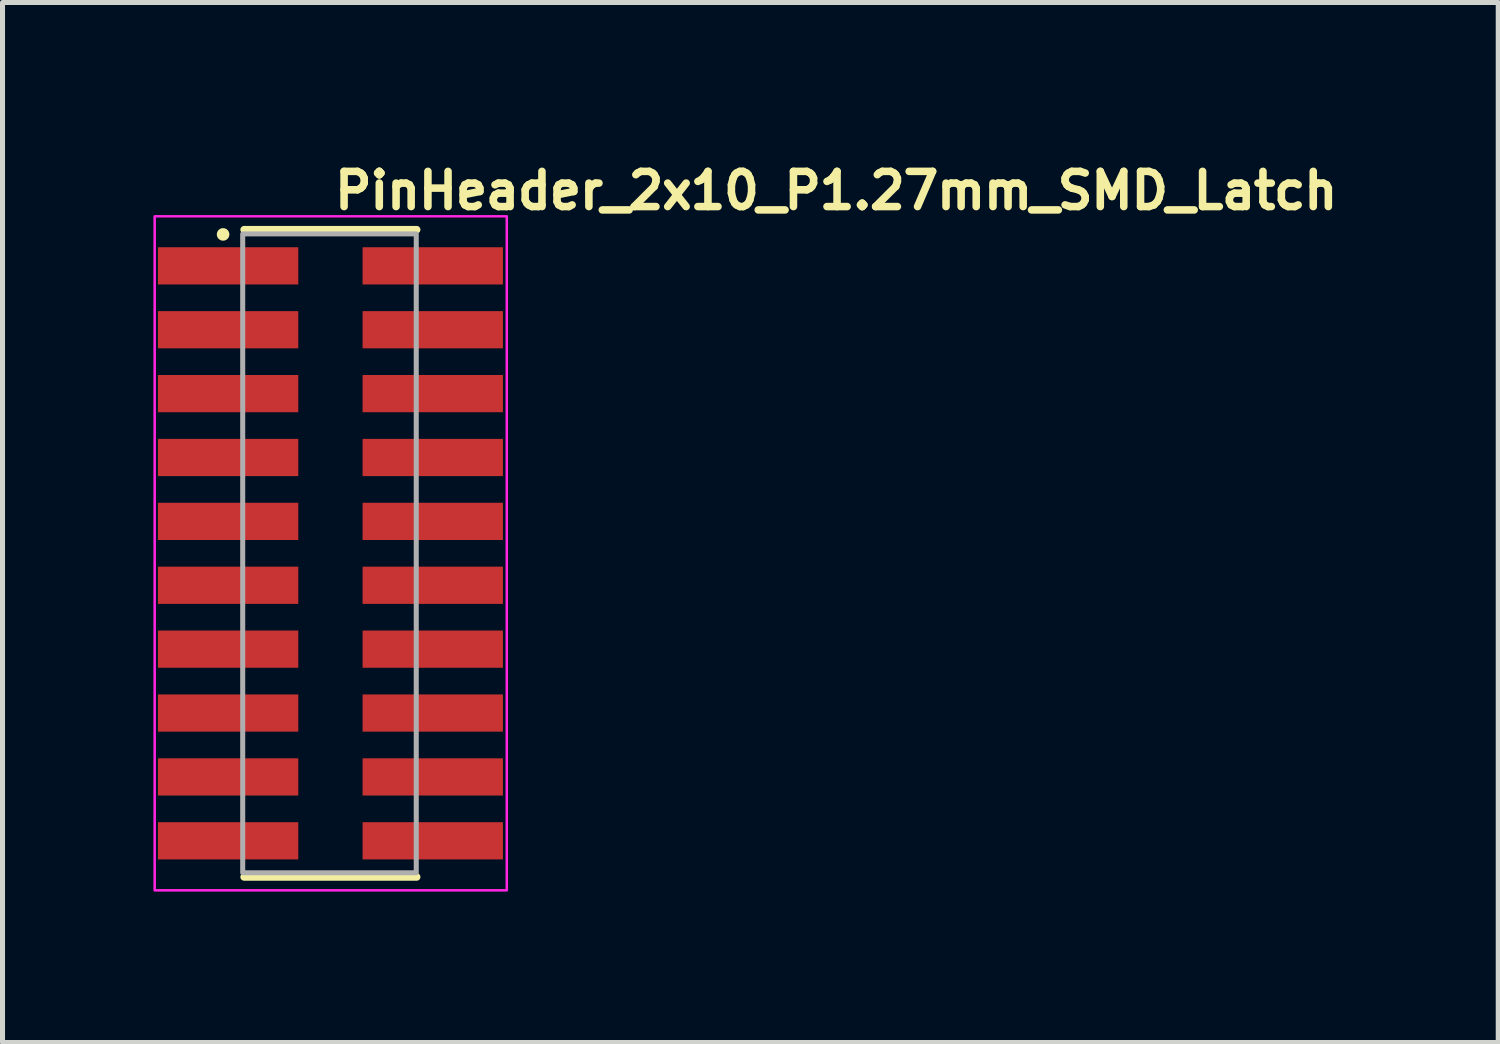
<source format=kicad_pcb>
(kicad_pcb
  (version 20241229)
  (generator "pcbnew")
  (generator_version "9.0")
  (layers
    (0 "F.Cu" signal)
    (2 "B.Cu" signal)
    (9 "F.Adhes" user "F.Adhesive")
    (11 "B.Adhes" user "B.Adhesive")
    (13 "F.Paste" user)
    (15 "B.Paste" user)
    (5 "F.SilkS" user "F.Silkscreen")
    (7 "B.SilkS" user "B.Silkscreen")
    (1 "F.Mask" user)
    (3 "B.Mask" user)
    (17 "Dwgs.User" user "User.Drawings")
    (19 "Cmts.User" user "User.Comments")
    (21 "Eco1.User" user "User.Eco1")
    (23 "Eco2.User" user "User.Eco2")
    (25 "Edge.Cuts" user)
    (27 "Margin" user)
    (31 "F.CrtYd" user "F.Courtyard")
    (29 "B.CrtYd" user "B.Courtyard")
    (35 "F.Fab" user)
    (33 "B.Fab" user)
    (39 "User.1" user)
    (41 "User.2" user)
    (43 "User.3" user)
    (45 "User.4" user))
  (footprint "PinHeader_2x10_P1.27mm_SMD_Latch"
    (layer "F.Cu")
    (at 3.525 7.95)
    (property "Reference" "PinHeader_2x10_P1.27mm_SMD_Latch" (at 0 -6.8 0) (unlocked yes) (layer "F.SilkS") (effects (font (size 0.7 0.7) (thickness 0.15)) (justify left bottom)))
    (attr smd)
    (fp_line (start -1.722 -6.434) (end 1.708 -6.434) (stroke (width 0.15) (type solid)) (layer "F.SilkS"))
    (fp_line (start -1.722 6.434) (end 1.708 6.434) (stroke (width 0.15) (type solid)) (layer "F.SilkS"))
    (fp_circle (center -2.14 -6.34) (end -2.14 -6.29) (stroke (width 0.15) (type solid)) (fill yes) (layer "F.SilkS"))
    (fp_rect (start 3.5 -6.7) (end -3.5 6.7) (stroke (width 0.05) (type solid)) (fill no) (layer "F.CrtYd"))
    (fp_rect (start 1.7 -6.35) (end -1.75 6.35) (stroke (width 0.1) (type solid)) (fill no) (layer "F.Fab"))
    (fp_rect (start 2.92 -6.349) (end -2.919 6.349) (stroke (width 0.1) (type solid)) (fill no) (layer "User.5"))
    (fp_line (start -2.919 -5.918) (end -1.713 -5.918) (stroke (width 0.02) (type solid)) (layer "User.9"))
    (fp_line (start -2.919 -5.511) (end -2.919 -5.918) (stroke (width 0.02) (type solid)) (layer "User.9"))
    (fp_line (start -2.919 -4.648) (end -1.713 -4.648) (stroke (width 0.02) (type solid)) (layer "User.9"))
    (fp_line (start -2.919 -4.241) (end -2.919 -4.648) (stroke (width 0.02) (type solid)) (layer "User.9"))
    (fp_line (start -2.919 -3.378) (end -1.713 -3.378) (stroke (width 0.02) (type solid)) (layer "User.9"))
    (fp_line (start -2.919 -2.971) (end -2.919 -3.378) (stroke (width 0.02) (type solid)) (layer "User.9"))
    (fp_line (start -2.919 2.539) (end -2.919 -2.54) (stroke (width 0.02) (type solid)) (layer "User.9"))
    (fp_line (start -2.919 2.97) (end -1.713 2.97) (stroke (width 0.02) (type solid)) (layer "User.9"))
    (fp_line (start -2.919 3.377) (end -2.919 2.97) (stroke (width 0.02) (type solid)) (layer "User.9"))
    (fp_line (start -2.919 4.241) (end -1.713 4.241) (stroke (width 0.02) (type solid)) (layer "User.9"))
    (fp_line (start -2.919 4.648) (end -2.919 4.241) (stroke (width 0.02) (type solid)) (layer "User.9"))
    (fp_line (start -2.919 5.511) (end -1.713 5.511) (stroke (width 0.02) (type solid)) (layer "User.9"))
    (fp_line (start -2.919 5.918) (end -2.919 5.511) (stroke (width 0.02) (type solid)) (layer "User.9"))
    (fp_line (start -2.919 5.918) (end -1.713 5.918) (stroke (width 0.02) (type solid)) (layer "User.9"))
    (fp_line (start -1.713 -6.349) (end -1.713 -2.54) (stroke (width 0.02) (type solid)) (layer "User.9"))
    (fp_line (start -1.713 -5.511) (end -2.919 -5.511) (stroke (width 0.02) (type solid)) (layer "User.9"))
    (fp_line (start -1.713 -4.241) (end -2.919 -4.241) (stroke (width 0.02) (type solid)) (layer "User.9"))
    (fp_line (start -1.713 -2.971) (end -2.919 -2.971) (stroke (width 0.02) (type solid)) (layer "User.9"))
    (fp_line (start -1.713 2.539) (end -1.713 6.349) (stroke (width 0.02) (type solid)) (layer "User.9"))
    (fp_line (start -1.713 3.377) (end -2.919 3.377) (stroke (width 0.02) (type solid)) (layer "User.9"))
    (fp_line (start -1.713 4.648) (end -2.919 4.648) (stroke (width 0.02) (type solid)) (layer "User.9"))
    (fp_line (start -1.713 6.349) (end 1.715 6.349) (stroke (width 0.02) (type solid)) (layer "User.9"))
    (fp_line (start -0.849 -5.918) (end -0.849 -5.511) (stroke (width 0.02) (type solid)) (layer "User.9"))
    (fp_line (start -0.849 -5.918) (end -0.837 -5.918) (stroke (width 0.02) (type solid)) (layer "User.9"))
    (fp_line (start -0.849 -5.511) (end -0.837 -5.511) (stroke (width 0.02) (type solid)) (layer "User.9"))
    (fp_line (start -0.849 -4.648) (end -0.849 -4.241) (stroke (width 0.02) (type solid)) (layer "User.9"))
    (fp_line (start -0.849 -4.241) (end -0.837 -4.241) (stroke (width 0.02) (type solid)) (layer "User.9"))
    (fp_line (start -0.849 -3.378) (end -0.849 -2.971) (stroke (width 0.02) (type solid)) (layer "User.9"))
    (fp_line (start -0.849 -2.971) (end -0.837 -2.971) (stroke (width 0.02) (type solid)) (layer "User.9"))
    (fp_line (start -0.849 2.97) (end -0.849 3.377) (stroke (width 0.02) (type solid)) (layer "User.9"))
    (fp_line (start -0.849 3.377) (end -0.837 3.377) (stroke (width 0.02) (type solid)) (layer "User.9"))
    (fp_line (start -0.849 4.241) (end -0.849 4.648) (stroke (width 0.02) (type solid)) (layer "User.9"))
    (fp_line (start -0.849 4.648) (end -0.837 4.648) (stroke (width 0.02) (type solid)) (layer "User.9"))
    (fp_line (start -0.849 5.511) (end -0.849 5.918) (stroke (width 0.02) (type solid)) (layer "User.9"))
    (fp_line (start -0.849 5.918) (end -0.837 5.918) (stroke (width 0.02) (type solid)) (layer "User.9"))
    (fp_line (start -0.849 5.918) (end -0.837 5.918) (stroke (width 0.02) (type solid)) (layer "User.9"))
    (fp_line (start -0.837 -5.918) (end -0.849 -5.918) (stroke (width 0.02) (type solid)) (layer "User.9"))
    (fp_line (start -0.837 -5.918) (end -0.706 -5.785) (stroke (width 0.02) (type solid)) (layer "User.9"))
    (fp_line (start -0.837 -5.918) (end -0.431 -5.918) (stroke (width 0.02) (type solid)) (layer "User.9"))
    (fp_line (start -0.837 -5.511) (end -0.837 -5.918) (stroke (width 0.02) (type solid)) (layer "User.9"))
    (fp_line (start -0.837 -5.511) (end -0.431 -5.511) (stroke (width 0.02) (type solid)) (layer "User.9"))
    (fp_line (start -0.837 -4.648) (end -0.849 -4.648) (stroke (width 0.02) (type solid)) (layer "User.9"))
    (fp_line (start -0.837 -4.648) (end -0.706 -4.516) (stroke (width 0.02) (type solid)) (layer "User.9"))
    (fp_line (start -0.837 -4.648) (end -0.431 -4.648) (stroke (width 0.02) (type solid)) (layer "User.9"))
    (fp_line (start -0.837 -4.241) (end -0.837 -4.648) (stroke (width 0.02) (type solid)) (layer "User.9"))
    (fp_line (start -0.837 -4.241) (end -0.431 -4.241) (stroke (width 0.02) (type solid)) (layer "User.9"))
    (fp_line (start -0.837 -3.378) (end -0.849 -3.378) (stroke (width 0.02) (type solid)) (layer "User.9"))
    (fp_line (start -0.837 -3.378) (end -0.706 -3.246) (stroke (width 0.02) (type solid)) (layer "User.9"))
    (fp_line (start -0.837 -3.378) (end -0.431 -3.378) (stroke (width 0.02) (type solid)) (layer "User.9"))
    (fp_line (start -0.837 -2.971) (end -0.837 -3.378) (stroke (width 0.02) (type solid)) (layer "User.9"))
    (fp_line (start -0.837 -2.971) (end -0.431 -2.971) (stroke (width 0.02) (type solid)) (layer "User.9"))
    (fp_line (start -0.837 2.97) (end -0.849 2.97) (stroke (width 0.02) (type solid)) (layer "User.9"))
    (fp_line (start -0.837 2.97) (end -0.706 3.102) (stroke (width 0.02) (type solid)) (layer "User.9"))
    (fp_line (start -0.837 2.97) (end -0.431 2.97) (stroke (width 0.02) (type solid)) (layer "User.9"))
    (fp_line (start -0.837 3.377) (end -0.837 2.97) (stroke (width 0.02) (type solid)) (layer "User.9"))
    (fp_line (start -0.837 3.377) (end -0.431 3.377) (stroke (width 0.02) (type solid)) (layer "User.9"))
    (fp_line (start -0.837 4.241) (end -0.849 4.241) (stroke (width 0.02) (type solid)) (layer "User.9"))
    (fp_line (start -0.837 4.241) (end -0.706 4.373) (stroke (width 0.02) (type solid)) (layer "User.9"))
    (fp_line (start -0.837 4.241) (end -0.431 4.241) (stroke (width 0.02) (type solid)) (layer "User.9"))
    (fp_line (start -0.837 4.648) (end -0.837 4.241) (stroke (width 0.02) (type solid)) (layer "User.9"))
    (fp_line (start -0.837 4.648) (end -0.431 4.648) (stroke (width 0.02) (type solid)) (layer "User.9"))
    (fp_line (start -0.837 5.511) (end -0.849 5.511) (stroke (width 0.02) (type solid)) (layer "User.9"))
    (fp_line (start -0.837 5.511) (end -0.706 5.643) (stroke (width 0.02) (type solid)) (layer "User.9"))
    (fp_line (start -0.837 5.511) (end -0.431 5.511) (stroke (width 0.02) (type solid)) (layer "User.9"))
    (fp_line (start -0.837 5.918) (end -0.837 5.511) (stroke (width 0.02) (type solid)) (layer "User.9"))
    (fp_line (start -0.837 5.918) (end -0.431 5.918) (stroke (width 0.02) (type solid)) (layer "User.9"))
    (fp_line (start -0.706 -5.785) (end -0.563 -5.785) (stroke (width 0.02) (type solid)) (layer "User.9"))
    (fp_line (start -0.706 -5.643) (end -0.837 -5.511) (stroke (width 0.02) (type solid)) (layer "User.9"))
    (fp_line (start -0.706 -5.643) (end -0.706 -5.785) (stroke (width 0.02) (type solid)) (layer "User.9"))
    (fp_line (start -0.706 -5.643) (end -0.563 -5.643) (stroke (width 0.02) (type solid)) (layer "User.9"))
    (fp_line (start -0.706 -4.516) (end -0.563 -4.516) (stroke (width 0.02) (type solid)) (layer "User.9"))
    (fp_line (start -0.706 -4.372) (end -0.837 -4.241) (stroke (width 0.02) (type solid)) (layer "User.9"))
    (fp_line (start -0.706 -4.372) (end -0.706 -4.516) (stroke (width 0.02) (type solid)) (layer "User.9"))
    (fp_line (start -0.706 -4.372) (end -0.563 -4.372) (stroke (width 0.02) (type solid)) (layer "User.9"))
    (fp_line (start -0.706 -3.246) (end -0.563 -3.246) (stroke (width 0.02) (type solid)) (layer "User.9"))
    (fp_line (start -0.706 -3.103) (end -0.837 -2.971) (stroke (width 0.02) (type solid)) (layer "User.9"))
    (fp_line (start -0.706 -3.103) (end -0.706 -3.246) (stroke (width 0.02) (type solid)) (layer "User.9"))
    (fp_line (start -0.706 -3.103) (end -0.563 -3.103) (stroke (width 0.02) (type solid)) (layer "User.9"))
    (fp_line (start -0.706 3.102) (end -0.563 3.102) (stroke (width 0.02) (type solid)) (layer "User.9"))
    (fp_line (start -0.706 3.246) (end -0.837 3.377) (stroke (width 0.02) (type solid)) (layer "User.9"))
    (fp_line (start -0.706 3.246) (end -0.706 3.102) (stroke (width 0.02) (type solid)) (layer "User.9"))
    (fp_line (start -0.706 3.246) (end -0.563 3.246) (stroke (width 0.02) (type solid)) (layer "User.9"))
    (fp_line (start -0.706 4.373) (end -0.563 4.373) (stroke (width 0.02) (type solid)) (layer "User.9"))
    (fp_line (start -0.706 4.516) (end -0.837 4.648) (stroke (width 0.02) (type solid)) (layer "User.9"))
    (fp_line (start -0.706 4.516) (end -0.706 4.373) (stroke (width 0.02) (type solid)) (layer "User.9"))
    (fp_line (start -0.706 4.516) (end -0.563 4.516) (stroke (width 0.02) (type solid)) (layer "User.9"))
    (fp_line (start -0.706 5.643) (end -0.563 5.643) (stroke (width 0.02) (type solid)) (layer "User.9"))
    (fp_line (start -0.706 5.786) (end -0.837 5.918) (stroke (width 0.02) (type solid)) (layer "User.9"))
    (fp_line (start -0.706 5.786) (end -0.706 5.643) (stroke (width 0.02) (type solid)) (layer "User.9"))
    (fp_line (start -0.706 5.786) (end -0.563 5.786) (stroke (width 0.02) (type solid)) (layer "User.9"))
    (fp_line (start -0.563 -5.785) (end -0.431 -5.918) (stroke (width 0.02) (type solid)) (layer "User.9"))
    (fp_line (start -0.563 -5.643) (end -0.563 -5.785) (stroke (width 0.02) (type solid)) (layer "User.9"))
    (fp_line (start -0.563 -4.516) (end -0.431 -4.648) (stroke (width 0.02) (type solid)) (layer "User.9"))
    (fp_line (start -0.563 -4.372) (end -0.563 -4.516) (stroke (width 0.02) (type solid)) (layer "User.9"))
    (fp_line (start -0.563 -3.246) (end -0.431 -3.378) (stroke (width 0.02) (type solid)) (layer "User.9"))
    (fp_line (start -0.563 -3.103) (end -0.563 -3.246) (stroke (width 0.02) (type solid)) (layer "User.9"))
    (fp_line (start -0.563 3.102) (end -0.431 2.97) (stroke (width 0.02) (type solid)) (layer "User.9"))
    (fp_line (start -0.563 3.246) (end -0.563 3.102) (stroke (width 0.02) (type solid)) (layer "User.9"))
    (fp_line (start -0.563 4.373) (end -0.431 4.241) (stroke (width 0.02) (type solid)) (layer "User.9"))
    (fp_line (start -0.563 4.516) (end -0.563 4.373) (stroke (width 0.02) (type solid)) (layer "User.9"))
    (fp_line (start -0.563 5.643) (end -0.431 5.511) (stroke (width 0.02) (type solid)) (layer "User.9"))
    (fp_line (start -0.563 5.786) (end -0.563 5.643) (stroke (width 0.02) (type solid)) (layer "User.9"))
    (fp_line (start -0.431 -5.511) (end -0.563 -5.643) (stroke (width 0.02) (type solid)) (layer "User.9"))
    (fp_line (start -0.431 -5.511) (end -0.431 -5.918) (stroke (width 0.02) (type solid)) (layer "User.9"))
    (fp_line (start -0.431 -4.241) (end -0.563 -4.372) (stroke (width 0.02) (type solid)) (layer "User.9"))
    (fp_line (start -0.431 -4.241) (end -0.431 -4.648) (stroke (width 0.02) (type solid)) (layer "User.9"))
    (fp_line (start -0.431 -2.971) (end -0.563 -3.103) (stroke (width 0.02) (type solid)) (layer "User.9"))
    (fp_line (start -0.431 -2.971) (end -0.431 -3.378) (stroke (width 0.02) (type solid)) (layer "User.9"))
    (fp_line (start -0.431 3.377) (end -0.563 3.246) (stroke (width 0.02) (type solid)) (layer "User.9"))
    (fp_line (start -0.431 3.377) (end -0.431 2.97) (stroke (width 0.02) (type solid)) (layer "User.9"))
    (fp_line (start -0.431 4.648) (end -0.563 4.516) (stroke (width 0.02) (type solid)) (layer "User.9"))
    (fp_line (start -0.431 4.648) (end -0.431 4.241) (stroke (width 0.02) (type solid)) (layer "User.9"))
    (fp_line (start -0.431 5.918) (end -0.563 5.786) (stroke (width 0.02) (type solid)) (layer "User.9"))
    (fp_line (start -0.431 5.918) (end -0.431 5.511) (stroke (width 0.02) (type solid)) (layer "User.9"))
    (fp_line (start 0.42 -5.918) (end 0.42 -5.511) (stroke (width 0.02) (type solid)) (layer "User.9"))
    (fp_line (start 0.42 -5.918) (end 0.432 -5.918) (stroke (width 0.02) (type solid)) (layer "User.9"))
    (fp_line (start 0.42 -5.511) (end 0.432 -5.511) (stroke (width 0.02) (type solid)) (layer "User.9"))
    (fp_line (start 0.42 -4.648) (end 0.42 -4.241) (stroke (width 0.02) (type solid)) (layer "User.9"))
    (fp_line (start 0.42 -4.241) (end 0.432 -4.241) (stroke (width 0.02) (type solid)) (layer "User.9"))
    (fp_line (start 0.42 -3.378) (end 0.42 -2.971) (stroke (width 0.02) (type solid)) (layer "User.9"))
    (fp_line (start 0.42 -2.971) (end 0.432 -2.971) (stroke (width 0.02) (type solid)) (layer "User.9"))
    (fp_line (start 0.42 2.97) (end 0.42 3.377) (stroke (width 0.02) (type solid)) (layer "User.9"))
    (fp_line (start 0.42 3.377) (end 0.432 3.377) (stroke (width 0.02) (type solid)) (layer "User.9"))
    (fp_line (start 0.42 4.241) (end 0.42 4.648) (stroke (width 0.02) (type solid)) (layer "User.9"))
    (fp_line (start 0.42 4.648) (end 0.432 4.648) (stroke (width 0.02) (type solid)) (layer "User.9"))
    (fp_line (start 0.42 5.511) (end 0.42 5.918) (stroke (width 0.02) (type solid)) (layer "User.9"))
    (fp_line (start 0.42 5.918) (end 0.432 5.918) (stroke (width 0.02) (type solid)) (layer "User.9"))
    (fp_line (start 0.42 5.918) (end 0.432 5.918) (stroke (width 0.02) (type solid)) (layer "User.9"))
    (fp_line (start 0.432 -5.918) (end 0.42 -5.918) (stroke (width 0.02) (type solid)) (layer "User.9"))
    (fp_line (start 0.432 -5.918) (end 0.563 -5.785) (stroke (width 0.02) (type solid)) (layer "User.9"))
    (fp_line (start 0.432 -5.918) (end 0.839 -5.918) (stroke (width 0.02) (type solid)) (layer "User.9"))
    (fp_line (start 0.432 -5.511) (end 0.432 -5.918) (stroke (width 0.02) (type solid)) (layer "User.9"))
    (fp_line (start 0.432 -5.511) (end 0.839 -5.511) (stroke (width 0.02) (type solid)) (layer "User.9"))
    (fp_line (start 0.432 -4.648) (end 0.42 -4.648) (stroke (width 0.02) (type solid)) (layer "User.9"))
    (fp_line (start 0.432 -4.648) (end 0.563 -4.516) (stroke (width 0.02) (type solid)) (layer "User.9"))
    (fp_line (start 0.432 -4.648) (end 0.839 -4.648) (stroke (width 0.02) (type solid)) (layer "User.9"))
    (fp_line (start 0.432 -4.241) (end 0.432 -4.648) (stroke (width 0.02) (type solid)) (layer "User.9"))
    (fp_line (start 0.432 -4.241) (end 0.839 -4.241) (stroke (width 0.02) (type solid)) (layer "User.9"))
    (fp_line (start 0.432 -3.378) (end 0.42 -3.378) (stroke (width 0.02) (type solid)) (layer "User.9"))
    (fp_line (start 0.432 -3.378) (end 0.563 -3.246) (stroke (width 0.02) (type solid)) (layer "User.9"))
    (fp_line (start 0.432 -3.378) (end 0.839 -3.378) (stroke (width 0.02) (type solid)) (layer "User.9"))
    (fp_line (start 0.432 -2.971) (end 0.432 -3.378) (stroke (width 0.02) (type solid)) (layer "User.9"))
    (fp_line (start 0.432 -2.971) (end 0.839 -2.971) (stroke (width 0.02) (type solid)) (layer "User.9"))
    (fp_line (start 0.432 2.97) (end 0.42 2.97) (stroke (width 0.02) (type solid)) (layer "User.9"))
    (fp_line (start 0.432 2.97) (end 0.563 3.102) (stroke (width 0.02) (type solid)) (layer "User.9"))
    (fp_line (start 0.432 2.97) (end 0.839 2.97) (stroke (width 0.02) (type solid)) (layer "User.9"))
    (fp_line (start 0.432 3.377) (end 0.432 2.97) (stroke (width 0.02) (type solid)) (layer "User.9"))
    (fp_line (start 0.432 3.377) (end 0.839 3.377) (stroke (width 0.02) (type solid)) (layer "User.9"))
    (fp_line (start 0.432 4.241) (end 0.42 4.241) (stroke (width 0.02) (type solid)) (layer "User.9"))
    (fp_line (start 0.432 4.241) (end 0.563 4.373) (stroke (width 0.02) (type solid)) (layer "User.9"))
    (fp_line (start 0.432 4.241) (end 0.839 4.241) (stroke (width 0.02) (type solid)) (layer "User.9"))
    (fp_line (start 0.432 4.648) (end 0.432 4.241) (stroke (width 0.02) (type solid)) (layer "User.9"))
    (fp_line (start 0.432 4.648) (end 0.839 4.648) (stroke (width 0.02) (type solid)) (layer "User.9"))
    (fp_line (start 0.432 5.511) (end 0.42 5.511) (stroke (width 0.02) (type solid)) (layer "User.9"))
    (fp_line (start 0.432 5.511) (end 0.563 5.643) (stroke (width 0.02) (type solid)) (layer "User.9"))
    (fp_line (start 0.432 5.511) (end 0.839 5.511) (stroke (width 0.02) (type solid)) (layer "User.9"))
    (fp_line (start 0.432 5.918) (end 0.432 5.511) (stroke (width 0.02) (type solid)) (layer "User.9"))
    (fp_line (start 0.432 5.918) (end 0.839 5.918) (stroke (width 0.02) (type solid)) (layer "User.9"))
    (fp_line (start 0.563 -5.785) (end 0.707 -5.785) (stroke (width 0.02) (type solid)) (layer "User.9"))
    (fp_line (start 0.563 -5.643) (end 0.432 -5.511) (stroke (width 0.02) (type solid)) (layer "User.9"))
    (fp_line (start 0.563 -5.643) (end 0.563 -5.785) (stroke (width 0.02) (type solid)) (layer "User.9"))
    (fp_line (start 0.563 -5.643) (end 0.707 -5.643) (stroke (width 0.02) (type solid)) (layer "User.9"))
    (fp_line (start 0.563 -4.516) (end 0.707 -4.516) (stroke (width 0.02) (type solid)) (layer "User.9"))
    (fp_line (start 0.563 -4.372) (end 0.432 -4.241) (stroke (width 0.02) (type solid)) (layer "User.9"))
    (fp_line (start 0.563 -4.372) (end 0.563 -4.516) (stroke (width 0.02) (type solid)) (layer "User.9"))
    (fp_line (start 0.563 -4.372) (end 0.707 -4.372) (stroke (width 0.02) (type solid)) (layer "User.9"))
    (fp_line (start 0.563 -3.246) (end 0.707 -3.246) (stroke (width 0.02) (type solid)) (layer "User.9"))
    (fp_line (start 0.563 -3.103) (end 0.432 -2.971) (stroke (width 0.02) (type solid)) (layer "User.9"))
    (fp_line (start 0.563 -3.103) (end 0.563 -3.246) (stroke (width 0.02) (type solid)) (layer "User.9"))
    (fp_line (start 0.563 -3.103) (end 0.707 -3.103) (stroke (width 0.02) (type solid)) (layer "User.9"))
    (fp_line (start 0.563 3.102) (end 0.707 3.102) (stroke (width 0.02) (type solid)) (layer "User.9"))
    (fp_line (start 0.563 3.246) (end 0.432 3.377) (stroke (width 0.02) (type solid)) (layer "User.9"))
    (fp_line (start 0.563 3.246) (end 0.563 3.102) (stroke (width 0.02) (type solid)) (layer "User.9"))
    (fp_line (start 0.563 3.246) (end 0.707 3.246) (stroke (width 0.02) (type solid)) (layer "User.9"))
    (fp_line (start 0.563 4.373) (end 0.707 4.373) (stroke (width 0.02) (type solid)) (layer "User.9"))
    (fp_line (start 0.563 4.516) (end 0.432 4.648) (stroke (width 0.02) (type solid)) (layer "User.9"))
    (fp_line (start 0.563 4.516) (end 0.563 4.373) (stroke (width 0.02) (type solid)) (layer "User.9"))
    (fp_line (start 0.563 4.516) (end 0.707 4.516) (stroke (width 0.02) (type solid)) (layer "User.9"))
    (fp_line (start 0.563 5.643) (end 0.707 5.643) (stroke (width 0.02) (type solid)) (layer "User.9"))
    (fp_line (start 0.563 5.786) (end 0.432 5.918) (stroke (width 0.02) (type solid)) (layer "User.9"))
    (fp_line (start 0.563 5.786) (end 0.563 5.643) (stroke (width 0.02) (type solid)) (layer "User.9"))
    (fp_line (start 0.563 5.786) (end 0.707 5.786) (stroke (width 0.02) (type solid)) (layer "User.9"))
    (fp_line (start 0.707 -5.785) (end 0.839 -5.918) (stroke (width 0.02) (type solid)) (layer "User.9"))
    (fp_line (start 0.707 -5.643) (end 0.707 -5.785) (stroke (width 0.02) (type solid)) (layer "User.9"))
    (fp_line (start 0.707 -4.516) (end 0.839 -4.648) (stroke (width 0.02) (type solid)) (layer "User.9"))
    (fp_line (start 0.707 -4.372) (end 0.707 -4.516) (stroke (width 0.02) (type solid)) (layer "User.9"))
    (fp_line (start 0.707 -3.246) (end 0.839 -3.378) (stroke (width 0.02) (type solid)) (layer "User.9"))
    (fp_line (start 0.707 -3.103) (end 0.707 -3.246) (stroke (width 0.02) (type solid)) (layer "User.9"))
    (fp_line (start 0.707 3.102) (end 0.839 2.97) (stroke (width 0.02) (type solid)) (layer "User.9"))
    (fp_line (start 0.707 3.246) (end 0.707 3.102) (stroke (width 0.02) (type solid)) (layer "User.9"))
    (fp_line (start 0.707 4.373) (end 0.839 4.241) (stroke (width 0.02) (type solid)) (layer "User.9"))
    (fp_line (start 0.707 4.516) (end 0.707 4.373) (stroke (width 0.02) (type solid)) (layer "User.9"))
    (fp_line (start 0.707 5.643) (end 0.839 5.511) (stroke (width 0.02) (type solid)) (layer "User.9"))
    (fp_line (start 0.707 5.786) (end 0.707 5.643) (stroke (width 0.02) (type solid)) (layer "User.9"))
    (fp_line (start 0.839 -5.511) (end 0.707 -5.643) (stroke (width 0.02) (type solid)) (layer "User.9"))
    (fp_line (start 0.839 -5.511) (end 0.839 -5.918) (stroke (width 0.02) (type solid)) (layer "User.9"))
    (fp_line (start 0.839 -4.241) (end 0.707 -4.372) (stroke (width 0.02) (type solid)) (layer "User.9"))
    (fp_line (start 0.839 -4.241) (end 0.839 -4.648) (stroke (width 0.02) (type solid)) (layer "User.9"))
    (fp_line (start 0.839 -2.971) (end 0.707 -3.103) (stroke (width 0.02) (type solid)) (layer "User.9"))
    (fp_line (start 0.839 -2.971) (end 0.839 -3.378) (stroke (width 0.02) (type solid)) (layer "User.9"))
    (fp_line (start 0.839 3.377) (end 0.707 3.246) (stroke (width 0.02) (type solid)) (layer "User.9"))
    (fp_line (start 0.839 3.377) (end 0.839 2.97) (stroke (width 0.02) (type solid)) (layer "User.9"))
    (fp_line (start 0.839 4.648) (end 0.707 4.516) (stroke (width 0.02) (type solid)) (layer "User.9"))
    (fp_line (start 0.839 4.648) (end 0.839 4.241) (stroke (width 0.02) (type solid)) (layer "User.9"))
    (fp_line (start 0.839 5.918) (end 0.707 5.786) (stroke (width 0.02) (type solid)) (layer "User.9"))
    (fp_line (start 0.839 5.918) (end 0.839 5.511) (stroke (width 0.02) (type solid)) (layer "User.9"))
    (fp_line (start 1.715 -6.349) (end -1.713 -6.349) (stroke (width 0.02) (type solid)) (layer "User.9"))
    (fp_line (start 1.715 -5.918) (end 2.92 -5.918) (stroke (width 0.02) (type solid)) (layer "User.9"))
    (fp_line (start 1.715 -4.648) (end 2.92 -4.648) (stroke (width 0.02) (type solid)) (layer "User.9"))
    (fp_line (start 1.715 -3.378) (end 2.92 -3.378) (stroke (width 0.02) (type solid)) (layer "User.9"))
    (fp_line (start 1.715 -2.54) (end 1.715 -6.349) (stroke (width 0.02) (type solid)) (layer "User.9"))
    (fp_line (start 1.715 2.97) (end 2.92 2.97) (stroke (width 0.02) (type solid)) (layer "User.9"))
    (fp_line (start 1.715 4.241) (end 2.92 4.241) (stroke (width 0.02) (type solid)) (layer "User.9"))
    (fp_line (start 1.715 5.511) (end 2.92 5.511) (stroke (width 0.02) (type solid)) (layer "User.9"))
    (fp_line (start 1.715 5.918) (end 2.92 5.918) (stroke (width 0.02) (type solid)) (layer "User.9"))
    (fp_line (start 1.715 6.349) (end 1.715 2.539) (stroke (width 0.02) (type solid)) (layer "User.9"))
    (fp_line (start 2.92 -5.511) (end 1.715 -5.511) (stroke (width 0.02) (type solid)) (layer "User.9"))
    (fp_line (start 2.92 -5.511) (end 2.92 -5.918) (stroke (width 0.02) (type solid)) (layer "User.9"))
    (fp_line (start 2.92 -4.241) (end 1.715 -4.241) (stroke (width 0.02) (type solid)) (layer "User.9"))
    (fp_line (start 2.92 -4.241) (end 2.92 -4.648) (stroke (width 0.02) (type solid)) (layer "User.9"))
    (fp_line (start 2.92 -2.971) (end 1.715 -2.971) (stroke (width 0.02) (type solid)) (layer "User.9"))
    (fp_line (start 2.92 -2.971) (end 2.92 -3.378) (stroke (width 0.02) (type solid)) (layer "User.9"))
    (fp_line (start 2.92 -2.54) (end -2.919 -2.54) (stroke (width 0.02) (type solid)) (layer "User.9"))
    (fp_line (start 2.92 2.539) (end -2.919 2.539) (stroke (width 0.02) (type solid)) (layer "User.9"))
    (fp_line (start 2.92 2.539) (end 2.92 -2.54) (stroke (width 0.02) (type solid)) (layer "User.9"))
    (fp_line (start 2.92 3.377) (end 1.715 3.377) (stroke (width 0.02) (type solid)) (layer "User.9"))
    (fp_line (start 2.92 3.377) (end 2.92 2.97) (stroke (width 0.02) (type solid)) (layer "User.9"))
    (fp_line (start 2.92 4.648) (end 1.715 4.648) (stroke (width 0.02) (type solid)) (layer "User.9"))
    (fp_line (start 2.92 4.648) (end 2.92 4.241) (stroke (width 0.02) (type solid)) (layer "User.9"))
    (fp_line (start 2.92 5.918) (end 2.92 5.511) (stroke (width 0.02) (type solid)) (layer "User.9"))
    (pad "1" smd rect (at -2.04 -5.715 270) (size 0.74 2.79) (layers "F.Cu" "F.Mask" "F.Paste"))
    (pad "2" smd rect (at 2.028 -5.715 270) (size 0.74 2.79) (layers "F.Cu" "F.Mask" "F.Paste"))
    (pad "3" smd rect (at -2.04 -4.445 270) (size 0.74 2.79) (layers "F.Cu" "F.Mask" "F.Paste"))
    (pad "4" smd rect (at 2.028 -4.445 270) (size 0.74 2.79) (layers "F.Cu" "F.Mask" "F.Paste"))
    (pad "5" smd rect (at -2.04 -3.175 270) (size 0.74 2.79) (layers "F.Cu" "F.Mask" "F.Paste"))
    (pad "6" smd rect (at 2.028 -3.175 270) (size 0.74 2.79) (layers "F.Cu" "F.Mask" "F.Paste"))
    (pad "7" smd rect (at -2.04 -1.905 270) (size 0.74 2.79) (layers "F.Cu" "F.Mask" "F.Paste"))
    (pad "8" smd rect (at 2.028 -1.905 270) (size 0.74 2.79) (layers "F.Cu" "F.Mask" "F.Paste"))
    (pad "9" smd rect (at -2.04 -0.635 270) (size 0.74 2.79) (layers "F.Cu" "F.Mask" "F.Paste"))
    (pad "10" smd rect (at 2.028 -0.635 270) (size 0.74 2.79) (layers "F.Cu" "F.Mask" "F.Paste"))
    (pad "11" smd rect (at -2.04 0.635 270) (size 0.74 2.79) (layers "F.Cu" "F.Mask" "F.Paste"))
    (pad "12" smd rect (at 2.028 0.635 270) (size 0.74 2.79) (layers "F.Cu" "F.Mask" "F.Paste"))
    (pad "13" smd rect (at -2.04 1.905 270) (size 0.74 2.79) (layers "F.Cu" "F.Mask" "F.Paste"))
    (pad "14" smd rect (at 2.028 1.905 270) (size 0.74 2.79) (layers "F.Cu" "F.Mask" "F.Paste"))
    (pad "15" smd rect (at -2.04 3.175 270) (size 0.74 2.79) (layers "F.Cu" "F.Mask" "F.Paste"))
    (pad "16" smd rect (at 2.028 3.175 270) (size 0.74 2.79) (layers "F.Cu" "F.Mask" "F.Paste"))
    (pad "17" smd rect (at -2.04 4.445 270) (size 0.74 2.79) (layers "F.Cu" "F.Mask" "F.Paste"))
    (pad "18" smd rect (at 2.028 4.445 270) (size 0.74 2.79) (layers "F.Cu" "F.Mask" "F.Paste"))
    (pad "19" smd rect (at -2.04 5.715 270) (size 0.74 2.79) (layers "F.Cu" "F.Mask" "F.Paste"))
    (pad "20" smd rect (at 2.028 5.715 270) (size 0.74 2.79) (layers "F.Cu" "F.Mask" "F.Paste")))
  (gr_rect
    (start -3 -3)
    (end 26.735 17.675)
    (stroke (width 0.1) (type default))
    (fill no)
    (layer "Edge.Cuts")))
</source>
